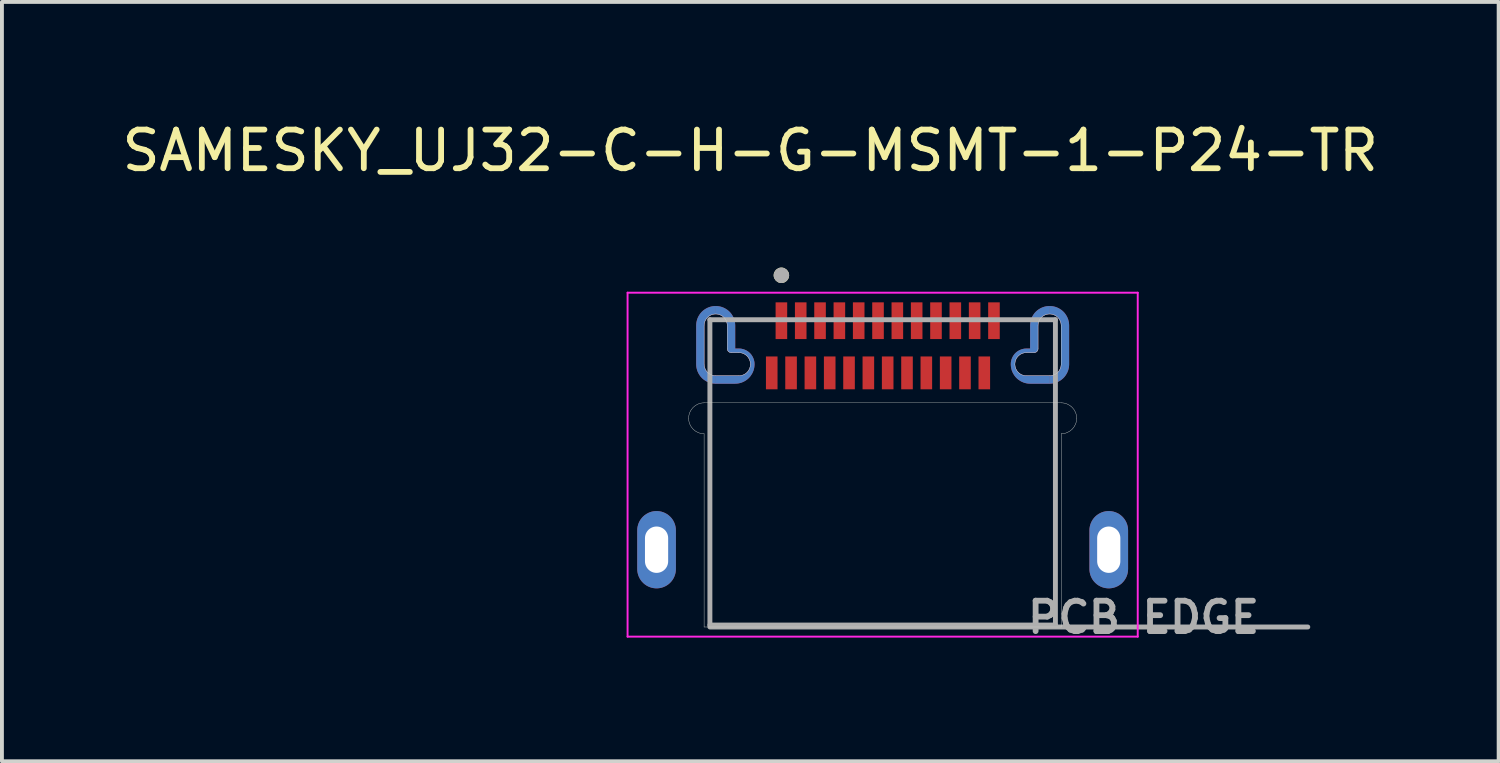
<source format=kicad_pcb>
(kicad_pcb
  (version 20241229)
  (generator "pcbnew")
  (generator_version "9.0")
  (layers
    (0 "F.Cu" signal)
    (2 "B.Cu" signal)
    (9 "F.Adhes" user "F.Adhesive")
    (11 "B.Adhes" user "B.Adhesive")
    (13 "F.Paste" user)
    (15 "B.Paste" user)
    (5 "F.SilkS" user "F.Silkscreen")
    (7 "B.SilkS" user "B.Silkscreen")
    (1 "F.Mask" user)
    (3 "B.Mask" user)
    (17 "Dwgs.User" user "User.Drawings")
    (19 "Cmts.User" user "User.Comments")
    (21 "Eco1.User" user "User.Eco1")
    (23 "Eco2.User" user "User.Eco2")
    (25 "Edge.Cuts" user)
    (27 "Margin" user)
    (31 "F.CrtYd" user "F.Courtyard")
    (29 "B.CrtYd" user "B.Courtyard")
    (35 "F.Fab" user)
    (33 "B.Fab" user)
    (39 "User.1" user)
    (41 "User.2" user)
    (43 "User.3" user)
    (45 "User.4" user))
  (footprint "SAMESKY_UJ32-C-H-G-MSMT-1-P24-TR"
    (layer "F.Cu")
    (at 19.788 9.198)
    (property "Reference" "SAMESKY_UJ32-C-H-G-MSMT-1-P24-TR" (at -3.425 -8.35 0) (layer "F.SilkS") (effects (font (size 1 1) (thickness 0.15))))
    (attr smd)
    (fp_poly (pts (xy -4.92 -3.825) (xy -4.92 -2.825) (xy -4.919 -2.794) (xy -4.917 -2.762) (xy -4.913 -2.731) (xy -4.907 -2.7) (xy -4.9 -2.67) (xy -4.891 -2.64) (xy -4.88 -2.61) (xy -4.868 -2.581) (xy -4.855 -2.553) (xy -4.84 -2.525) (xy -4.823 -2.498) (xy -4.805 -2.472) (xy -4.786 -2.447) (xy -4.766 -2.424) (xy -4.744 -2.401) (xy -4.721 -2.379) (xy -4.698 -2.359) (xy -4.673 -2.34) (xy -4.647 -2.322) (xy -4.62 -2.305) (xy -4.592 -2.29) (xy -4.564 -2.277) (xy -4.535 -2.265) (xy -4.505 -2.254) (xy -4.475 -2.245) (xy -4.445 -2.238) (xy -4.414 -2.232) (xy -4.383 -2.228) (xy -4.351 -2.226) (xy -4.32 -2.225) (xy -3.82 -2.225) (xy -3.789 -2.226) (xy -3.757 -2.228) (xy -3.726 -2.232) (xy -3.695 -2.238) (xy -3.665 -2.245) (xy -3.635 -2.254) (xy -3.605 -2.265) (xy -3.576 -2.277) (xy -3.548 -2.29) (xy -3.52 -2.305) (xy -3.493 -2.322) (xy -3.467 -2.34) (xy -3.442 -2.359) (xy -3.419 -2.379) (xy -3.396 -2.401) (xy -3.374 -2.424) (xy -3.354 -2.447) (xy -3.335 -2.472) (xy -3.317 -2.498) (xy -3.3 -2.525) (xy -3.285 -2.553) (xy -3.272 -2.581) (xy -3.26 -2.61) (xy -3.249 -2.64) (xy -3.24 -2.67) (xy -3.233 -2.7) (xy -3.227 -2.731) (xy -3.223 -2.762) (xy -3.221 -2.794) (xy -3.22 -2.825) (xy -3.221 -2.851) (xy -3.223 -2.877) (xy -3.226 -2.903) (xy -3.231 -2.929) (xy -3.237 -2.954) (xy -3.244 -2.98) (xy -3.253 -3.004) (xy -3.263 -3.028) (xy -3.274 -3.052) (xy -3.287 -3.075) (xy -3.301 -3.097) (xy -3.315 -3.119) (xy -3.331 -3.14) (xy -3.348 -3.16) (xy -3.366 -3.179) (xy -3.385 -3.197) (xy -3.405 -3.214) (xy -3.426 -3.23) (xy -3.448 -3.244) (xy -3.47 -3.258) (xy -3.493 -3.271) (xy -3.517 -3.282) (xy -3.541 -3.292) (xy -3.565 -3.301) (xy -3.591 -3.308) (xy -3.616 -3.314) (xy -3.642 -3.319) (xy -3.668 -3.322) (xy -3.694 -3.324) (xy -3.72 -3.325) (xy -3.72 -3.825) (xy -3.721 -3.856) (xy -3.723 -3.888) (xy -3.727 -3.919) (xy -3.733 -3.95) (xy -3.74 -3.98) (xy -3.749 -4.01) (xy -3.76 -4.04) (xy -3.772 -4.069) (xy -3.785 -4.097) (xy -3.8 -4.125) (xy -3.817 -4.152) (xy -3.835 -4.178) (xy -3.854 -4.203) (xy -3.874 -4.226) (xy -3.896 -4.249) (xy -3.919 -4.271) (xy -3.942 -4.291) (xy -3.967 -4.31) (xy -3.993 -4.328) (xy -4.02 -4.345) (xy -4.048 -4.36) (xy -4.076 -4.373) (xy -4.105 -4.385) (xy -4.135 -4.396) (xy -4.165 -4.405) (xy -4.195 -4.412) (xy -4.226 -4.418) (xy -4.257 -4.422) (xy -4.289 -4.424) (xy -4.32 -4.425) (xy -4.351 -4.424) (xy -4.383 -4.422) (xy -4.414 -4.418) (xy -4.445 -4.412) (xy -4.475 -4.405) (xy -4.505 -4.396) (xy -4.535 -4.385) (xy -4.564 -4.373) (xy -4.592 -4.36) (xy -4.62 -4.345) (xy -4.647 -4.328) (xy -4.673 -4.31) (xy -4.698 -4.291) (xy -4.721 -4.271) (xy -4.744 -4.249) (xy -4.766 -4.226) (xy -4.786 -4.203) (xy -4.805 -4.178) (xy -4.823 -4.152) (xy -4.84 -4.125) (xy -4.855 -4.097) (xy -4.868 -4.069) (xy -4.88 -4.04) (xy -4.891 -4.01) (xy -4.9 -3.98) (xy -4.907 -3.95) (xy -4.913 -3.919) (xy -4.917 -3.888) (xy -4.919 -3.856) (xy -4.92 -3.825)) (stroke (width 0.01) (type solid)) (fill yes) (layer "F.Mask"))
    (fp_poly (pts (xy 4.92 -3.825) (xy 4.92 -2.825) (xy 4.919 -2.794) (xy 4.917 -2.762) (xy 4.913 -2.731) (xy 4.907 -2.7) (xy 4.9 -2.67) (xy 4.891 -2.64) (xy 4.88 -2.61) (xy 4.868 -2.581) (xy 4.855 -2.553) (xy 4.84 -2.525) (xy 4.823 -2.498) (xy 4.805 -2.472) (xy 4.786 -2.447) (xy 4.766 -2.424) (xy 4.744 -2.401) (xy 4.721 -2.379) (xy 4.698 -2.359) (xy 4.673 -2.34) (xy 4.647 -2.322) (xy 4.62 -2.305) (xy 4.592 -2.29) (xy 4.564 -2.277) (xy 4.535 -2.265) (xy 4.505 -2.254) (xy 4.475 -2.245) (xy 4.445 -2.238) (xy 4.414 -2.232) (xy 4.383 -2.228) (xy 4.351 -2.226) (xy 4.32 -2.225) (xy 3.82 -2.225) (xy 3.789 -2.226) (xy 3.757 -2.228) (xy 3.726 -2.232) (xy 3.695 -2.238) (xy 3.665 -2.245) (xy 3.635 -2.254) (xy 3.605 -2.265) (xy 3.576 -2.277) (xy 3.548 -2.29) (xy 3.52 -2.305) (xy 3.493 -2.322) (xy 3.467 -2.34) (xy 3.442 -2.359) (xy 3.419 -2.379) (xy 3.396 -2.401) (xy 3.374 -2.424) (xy 3.354 -2.447) (xy 3.335 -2.472) (xy 3.317 -2.498) (xy 3.3 -2.525) (xy 3.285 -2.553) (xy 3.272 -2.581) (xy 3.26 -2.61) (xy 3.249 -2.64) (xy 3.24 -2.67) (xy 3.233 -2.7) (xy 3.227 -2.731) (xy 3.223 -2.762) (xy 3.221 -2.794) (xy 3.22 -2.825) (xy 3.221 -2.851) (xy 3.223 -2.877) (xy 3.226 -2.903) (xy 3.231 -2.929) (xy 3.237 -2.954) (xy 3.244 -2.98) (xy 3.253 -3.004) (xy 3.263 -3.028) (xy 3.274 -3.052) (xy 3.287 -3.075) (xy 3.301 -3.097) (xy 3.315 -3.119) (xy 3.331 -3.14) (xy 3.348 -3.16) (xy 3.366 -3.179) (xy 3.385 -3.197) (xy 3.405 -3.214) (xy 3.426 -3.23) (xy 3.448 -3.244) (xy 3.47 -3.258) (xy 3.493 -3.271) (xy 3.517 -3.282) (xy 3.541 -3.292) (xy 3.565 -3.301) (xy 3.591 -3.308) (xy 3.616 -3.314) (xy 3.642 -3.319) (xy 3.668 -3.322) (xy 3.694 -3.324) (xy 3.72 -3.325) (xy 3.72 -3.825) (xy 3.721 -3.856) (xy 3.723 -3.888) (xy 3.727 -3.919) (xy 3.733 -3.95) (xy 3.74 -3.98) (xy 3.749 -4.01) (xy 3.76 -4.04) (xy 3.772 -4.069) (xy 3.785 -4.097) (xy 3.8 -4.125) (xy 3.817 -4.152) (xy 3.835 -4.178) (xy 3.854 -4.203) (xy 3.874 -4.226) (xy 3.896 -4.249) (xy 3.919 -4.271) (xy 3.942 -4.291) (xy 3.967 -4.31) (xy 3.993 -4.328) (xy 4.02 -4.345) (xy 4.048 -4.36) (xy 4.076 -4.373) (xy 4.105 -4.385) (xy 4.135 -4.396) (xy 4.165 -4.405) (xy 4.195 -4.412) (xy 4.226 -4.418) (xy 4.257 -4.422) (xy 4.289 -4.424) (xy 4.32 -4.425) (xy 4.351 -4.424) (xy 4.383 -4.422) (xy 4.414 -4.418) (xy 4.445 -4.412) (xy 4.475 -4.405) (xy 4.505 -4.396) (xy 4.535 -4.385) (xy 4.564 -4.373) (xy 4.592 -4.36) (xy 4.62 -4.345) (xy 4.647 -4.328) (xy 4.673 -4.31) (xy 4.698 -4.291) (xy 4.721 -4.271) (xy 4.744 -4.249) (xy 4.766 -4.226) (xy 4.786 -4.203) (xy 4.805 -4.178) (xy 4.823 -4.152) (xy 4.84 -4.125) (xy 4.855 -4.097) (xy 4.868 -4.069) (xy 4.88 -4.04) (xy 4.891 -4.01) (xy 4.9 -3.98) (xy 4.907 -3.95) (xy 4.913 -3.919) (xy 4.917 -3.888) (xy 4.919 -3.856) (xy 4.92 -3.825)) (stroke (width 0.01) (type solid)) (fill yes) (layer "F.Mask"))
    (fp_poly (pts (xy -4.92 -3.825) (xy -4.92 -2.825) (xy -4.919 -2.794) (xy -4.917 -2.762) (xy -4.913 -2.731) (xy -4.907 -2.7) (xy -4.9 -2.67) (xy -4.891 -2.64) (xy -4.88 -2.61) (xy -4.868 -2.581) (xy -4.855 -2.553) (xy -4.84 -2.525) (xy -4.823 -2.498) (xy -4.805 -2.472) (xy -4.786 -2.447) (xy -4.766 -2.424) (xy -4.744 -2.401) (xy -4.721 -2.379) (xy -4.698 -2.359) (xy -4.673 -2.34) (xy -4.647 -2.322) (xy -4.62 -2.305) (xy -4.592 -2.29) (xy -4.564 -2.277) (xy -4.535 -2.265) (xy -4.505 -2.254) (xy -4.475 -2.245) (xy -4.445 -2.238) (xy -4.414 -2.232) (xy -4.383 -2.228) (xy -4.351 -2.226) (xy -4.32 -2.225) (xy -3.82 -2.225) (xy -3.789 -2.226) (xy -3.757 -2.228) (xy -3.726 -2.232) (xy -3.695 -2.238) (xy -3.665 -2.245) (xy -3.635 -2.254) (xy -3.605 -2.265) (xy -3.576 -2.277) (xy -3.548 -2.29) (xy -3.52 -2.305) (xy -3.493 -2.322) (xy -3.467 -2.34) (xy -3.442 -2.359) (xy -3.419 -2.379) (xy -3.396 -2.401) (xy -3.374 -2.424) (xy -3.354 -2.447) (xy -3.335 -2.472) (xy -3.317 -2.498) (xy -3.3 -2.525) (xy -3.285 -2.553) (xy -3.272 -2.581) (xy -3.26 -2.61) (xy -3.249 -2.64) (xy -3.24 -2.67) (xy -3.233 -2.7) (xy -3.227 -2.731) (xy -3.223 -2.762) (xy -3.221 -2.794) (xy -3.22 -2.825) (xy -3.221 -2.851) (xy -3.223 -2.877) (xy -3.226 -2.903) (xy -3.231 -2.929) (xy -3.237 -2.954) (xy -3.244 -2.98) (xy -3.253 -3.004) (xy -3.263 -3.028) (xy -3.274 -3.052) (xy -3.287 -3.075) (xy -3.301 -3.097) (xy -3.315 -3.119) (xy -3.331 -3.14) (xy -3.348 -3.16) (xy -3.366 -3.179) (xy -3.385 -3.197) (xy -3.405 -3.214) (xy -3.426 -3.23) (xy -3.448 -3.244) (xy -3.47 -3.258) (xy -3.493 -3.271) (xy -3.517 -3.282) (xy -3.541 -3.292) (xy -3.565 -3.301) (xy -3.591 -3.308) (xy -3.616 -3.314) (xy -3.642 -3.319) (xy -3.668 -3.322) (xy -3.694 -3.324) (xy -3.72 -3.325) (xy -3.72 -3.825) (xy -3.721 -3.856) (xy -3.723 -3.888) (xy -3.727 -3.919) (xy -3.733 -3.95) (xy -3.74 -3.98) (xy -3.749 -4.01) (xy -3.76 -4.04) (xy -3.772 -4.069) (xy -3.785 -4.097) (xy -3.8 -4.125) (xy -3.817 -4.152) (xy -3.835 -4.178) (xy -3.854 -4.203) (xy -3.874 -4.226) (xy -3.896 -4.249) (xy -3.919 -4.271) (xy -3.942 -4.291) (xy -3.967 -4.31) (xy -3.993 -4.328) (xy -4.02 -4.345) (xy -4.048 -4.36) (xy -4.076 -4.373) (xy -4.105 -4.385) (xy -4.135 -4.396) (xy -4.165 -4.405) (xy -4.195 -4.412) (xy -4.226 -4.418) (xy -4.257 -4.422) (xy -4.289 -4.424) (xy -4.32 -4.425) (xy -4.351 -4.424) (xy -4.383 -4.422) (xy -4.414 -4.418) (xy -4.445 -4.412) (xy -4.475 -4.405) (xy -4.505 -4.396) (xy -4.535 -4.385) (xy -4.564 -4.373) (xy -4.592 -4.36) (xy -4.62 -4.345) (xy -4.647 -4.328) (xy -4.673 -4.31) (xy -4.698 -4.291) (xy -4.721 -4.271) (xy -4.744 -4.249) (xy -4.766 -4.226) (xy -4.786 -4.203) (xy -4.805 -4.178) (xy -4.823 -4.152) (xy -4.84 -4.125) (xy -4.855 -4.097) (xy -4.868 -4.069) (xy -4.88 -4.04) (xy -4.891 -4.01) (xy -4.9 -3.98) (xy -4.907 -3.95) (xy -4.913 -3.919) (xy -4.917 -3.888) (xy -4.919 -3.856) (xy -4.92 -3.825)) (stroke (width 0.01) (type solid)) (fill yes) (layer "B.Mask"))
    (fp_poly (pts (xy 4.92 -3.825) (xy 4.92 -2.825) (xy 4.919 -2.794) (xy 4.917 -2.762) (xy 4.913 -2.731) (xy 4.907 -2.7) (xy 4.9 -2.67) (xy 4.891 -2.64) (xy 4.88 -2.61) (xy 4.868 -2.581) (xy 4.855 -2.553) (xy 4.84 -2.525) (xy 4.823 -2.498) (xy 4.805 -2.472) (xy 4.786 -2.447) (xy 4.766 -2.424) (xy 4.744 -2.401) (xy 4.721 -2.379) (xy 4.698 -2.359) (xy 4.673 -2.34) (xy 4.647 -2.322) (xy 4.62 -2.305) (xy 4.592 -2.29) (xy 4.564 -2.277) (xy 4.535 -2.265) (xy 4.505 -2.254) (xy 4.475 -2.245) (xy 4.445 -2.238) (xy 4.414 -2.232) (xy 4.383 -2.228) (xy 4.351 -2.226) (xy 4.32 -2.225) (xy 3.82 -2.225) (xy 3.789 -2.226) (xy 3.757 -2.228) (xy 3.726 -2.232) (xy 3.695 -2.238) (xy 3.665 -2.245) (xy 3.635 -2.254) (xy 3.605 -2.265) (xy 3.576 -2.277) (xy 3.548 -2.29) (xy 3.52 -2.305) (xy 3.493 -2.322) (xy 3.467 -2.34) (xy 3.442 -2.359) (xy 3.419 -2.379) (xy 3.396 -2.401) (xy 3.374 -2.424) (xy 3.354 -2.447) (xy 3.335 -2.472) (xy 3.317 -2.498) (xy 3.3 -2.525) (xy 3.285 -2.553) (xy 3.272 -2.581) (xy 3.26 -2.61) (xy 3.249 -2.64) (xy 3.24 -2.67) (xy 3.233 -2.7) (xy 3.227 -2.731) (xy 3.223 -2.762) (xy 3.221 -2.794) (xy 3.22 -2.825) (xy 3.221 -2.851) (xy 3.223 -2.877) (xy 3.226 -2.903) (xy 3.231 -2.929) (xy 3.237 -2.954) (xy 3.244 -2.98) (xy 3.253 -3.004) (xy 3.263 -3.028) (xy 3.274 -3.052) (xy 3.287 -3.075) (xy 3.301 -3.097) (xy 3.315 -3.119) (xy 3.331 -3.14) (xy 3.348 -3.16) (xy 3.366 -3.179) (xy 3.385 -3.197) (xy 3.405 -3.214) (xy 3.426 -3.23) (xy 3.448 -3.244) (xy 3.47 -3.258) (xy 3.493 -3.271) (xy 3.517 -3.282) (xy 3.541 -3.292) (xy 3.565 -3.301) (xy 3.591 -3.308) (xy 3.616 -3.314) (xy 3.642 -3.319) (xy 3.668 -3.322) (xy 3.694 -3.324) (xy 3.72 -3.325) (xy 3.72 -3.825) (xy 3.721 -3.856) (xy 3.723 -3.888) (xy 3.727 -3.919) (xy 3.733 -3.95) (xy 3.74 -3.98) (xy 3.749 -4.01) (xy 3.76 -4.04) (xy 3.772 -4.069) (xy 3.785 -4.097) (xy 3.8 -4.125) (xy 3.817 -4.152) (xy 3.835 -4.178) (xy 3.854 -4.203) (xy 3.874 -4.226) (xy 3.896 -4.249) (xy 3.919 -4.271) (xy 3.942 -4.291) (xy 3.967 -4.31) (xy 3.993 -4.328) (xy 4.02 -4.345) (xy 4.048 -4.36) (xy 4.076 -4.373) (xy 4.105 -4.385) (xy 4.135 -4.396) (xy 4.165 -4.405) (xy 4.195 -4.412) (xy 4.226 -4.418) (xy 4.257 -4.422) (xy 4.289 -4.424) (xy 4.32 -4.425) (xy 4.351 -4.424) (xy 4.383 -4.422) (xy 4.414 -4.418) (xy 4.445 -4.412) (xy 4.475 -4.405) (xy 4.505 -4.396) (xy 4.535 -4.385) (xy 4.564 -4.373) (xy 4.592 -4.36) (xy 4.62 -4.345) (xy 4.647 -4.328) (xy 4.673 -4.31) (xy 4.698 -4.291) (xy 4.721 -4.271) (xy 4.744 -4.249) (xy 4.766 -4.226) (xy 4.786 -4.203) (xy 4.805 -4.178) (xy 4.823 -4.152) (xy 4.84 -4.125) (xy 4.855 -4.097) (xy 4.868 -4.069) (xy 4.88 -4.04) (xy 4.891 -4.01) (xy 4.9 -3.98) (xy 4.907 -3.95) (xy 4.913 -3.919) (xy 4.917 -3.888) (xy 4.919 -3.856) (xy 4.92 -3.825)) (stroke (width 0.01) (type solid)) (fill yes) (layer "B.Mask"))
    (fp_circle (center -2.62 -5.125) (end -2.52 -5.125) (stroke (width 0.2) (type solid)) (fill no) (layer "F.SilkS"))
    (fp_line (start -4.62 -3.825) (end -4.62 -2.825) (stroke (width 0.01) (type solid)) (layer "Edge.Cuts"))
    (fp_line (start -4.62 -1.825) (end 4.62 -1.825) (stroke (width 0.01) (type solid)) (layer "Edge.Cuts"))
    (fp_line (start -4.62 3.975) (end -4.62 -1.025) (stroke (width 0.01) (type solid)) (layer "Edge.Cuts"))
    (fp_line (start -4.32 -2.525) (end -3.72 -2.525) (stroke (width 0.01) (type solid)) (layer "Edge.Cuts"))
    (fp_line (start -4.02 -3.225) (end -4.02 -3.825) (stroke (width 0.01) (type solid)) (layer "Edge.Cuts"))
    (fp_line (start -3.72 -3.125) (end -3.92 -3.125) (stroke (width 0.01) (type solid)) (layer "Edge.Cuts"))
    (fp_line (start 3.72 -3.125) (end 3.92 -3.125) (stroke (width 0.01) (type solid)) (layer "Edge.Cuts"))
    (fp_line (start 4.02 -3.225) (end 4.02 -3.825) (stroke (width 0.01) (type solid)) (layer "Edge.Cuts"))
    (fp_line (start 4.32 -2.525) (end 3.72 -2.525) (stroke (width 0.01) (type solid)) (layer "Edge.Cuts"))
    (fp_line (start 4.62 -3.825) (end 4.62 -2.825) (stroke (width 0.01) (type solid)) (layer "Edge.Cuts"))
    (fp_line (start 4.62 -1.025) (end 4.62 3.975) (stroke (width 0.01) (type solid)) (layer "Edge.Cuts"))
    (fp_line (start 4.62 3.975) (end -4.62 3.975) (stroke (width 0.01) (type solid)) (layer "Edge.Cuts"))
    (fp_arc (start -5.02 -1.425) (mid -4.902843 -1.707843) (end -4.62 -1.825) (stroke (width 0.01) (type solid)) (layer "Edge.Cuts"))
    (fp_arc (start -4.62 -3.825) (mid -4.532132 -4.037132) (end -4.32 -4.125) (stroke (width 0.01) (type solid)) (layer "Edge.Cuts"))
    (fp_arc (start -4.62 -1.025) (mid -4.902843 -1.142157) (end -5.02 -1.425) (stroke (width 0.01) (type solid)) (layer "Edge.Cuts"))
    (fp_arc (start -4.32 -4.125) (mid -4.107868 -4.037132) (end -4.02 -3.825) (stroke (width 0.01) (type solid)) (layer "Edge.Cuts"))
    (fp_arc (start -4.32 -2.525) (mid -4.532132 -2.612868) (end -4.62 -2.825) (stroke (width 0.01) (type solid)) (layer "Edge.Cuts"))
    (fp_arc (start -3.92 -3.125) (mid -3.990711 -3.154289) (end -4.02 -3.225) (stroke (width 0.01) (type solid)) (layer "Edge.Cuts"))
    (fp_arc (start -3.72 -3.125) (mid -3.507868 -3.037132) (end -3.42 -2.825) (stroke (width 0.01) (type solid)) (layer "Edge.Cuts"))
    (fp_arc (start -3.42 -2.825) (mid -3.507868 -2.612868) (end -3.72 -2.525) (stroke (width 0.01) (type solid)) (layer "Edge.Cuts"))
    (fp_arc (start 3.42 -2.825) (mid 3.507868 -3.037132) (end 3.72 -3.125) (stroke (width 0.01) (type solid)) (layer "Edge.Cuts"))
    (fp_arc (start 3.72 -2.525) (mid 3.507868 -2.612868) (end 3.42 -2.825) (stroke (width 0.01) (type solid)) (layer "Edge.Cuts"))
    (fp_arc (start 4.02 -3.825) (mid 4.107868 -4.037132) (end 4.32 -4.125) (stroke (width 0.01) (type solid)) (layer "Edge.Cuts"))
    (fp_arc (start 4.02 -3.225) (mid 3.990711 -3.154289) (end 3.92 -3.125) (stroke (width 0.01) (type solid)) (layer "Edge.Cuts"))
    (fp_arc (start 4.32 -4.125) (mid 4.532132 -4.037132) (end 4.62 -3.825) (stroke (width 0.01) (type solid)) (layer "Edge.Cuts"))
    (fp_arc (start 4.62 -2.825) (mid 4.532132 -2.612868) (end 4.32 -2.525) (stroke (width 0.01) (type solid)) (layer "Edge.Cuts"))
    (fp_arc (start 4.62 -1.825) (mid 4.902843 -1.707843) (end 5.02 -1.425) (stroke (width 0.01) (type solid)) (layer "Edge.Cuts"))
    (fp_arc (start 5.02 -1.425) (mid 4.902843 -1.142157) (end 4.62 -1.025) (stroke (width 0.01) (type solid)) (layer "Edge.Cuts"))
    (fp_line (start -6.6 -4.675) (end -6.6 4.225) (stroke (width 0.05) (type solid)) (layer "F.CrtYd"))
    (fp_line (start -6.6 4.225) (end 6.6 4.225) (stroke (width 0.05) (type solid)) (layer "F.CrtYd"))
    (fp_line (start 6.6 -4.675) (end -6.6 -4.675) (stroke (width 0.05) (type solid)) (layer "F.CrtYd"))
    (fp_line (start 6.6 4.225) (end 6.6 -4.675) (stroke (width 0.05) (type solid)) (layer "F.CrtYd"))
    (fp_line (start -4.47 -3.975) (end -4.47 3.925) (stroke (width 0.127) (type solid)) (layer "F.Fab"))
    (fp_line (start -4.47 3.975) (end 11 3.975) (stroke (width 0.127) (type solid)) (layer "F.Fab"))
    (fp_line (start 4.47 -3.975) (end -4.47 -3.975) (stroke (width 0.127) (type solid)) (layer "F.Fab"))
    (fp_line (start 4.47 3.925) (end -4.47 3.925) (stroke (width 0.127) (type solid)) (layer "F.Fab"))
    (fp_line (start 4.47 3.925) (end 4.47 -3.975) (stroke (width 0.127) (type solid)) (layer "F.Fab"))
    (fp_circle (center -2.62 -5.125) (end -2.52 -5.125) (stroke (width 0.2) (type solid)) (fill no) (layer "F.Fab"))
    (fp_text user "PCB EDGE" (at 6.75 3.725 0) (layer "F.Fab") (effects (font (size 0.787 0.787) (thickness 0.15))))
    (pad "A1" smd rect (at -2.62 -3.95) (size 0.3 0.95) (layers "F.Cu" "F.Mask" "F.Paste"))
    (pad "A2" smd rect (at -2.12 -3.95) (size 0.3 0.95) (layers "F.Cu" "F.Mask" "F.Paste"))
    (pad "A3" smd rect (at -1.62 -3.95) (size 0.3 0.95) (layers "F.Cu" "F.Mask" "F.Paste"))
    (pad "A4" smd rect (at -1.12 -3.95) (size 0.3 0.95) (layers "F.Cu" "F.Mask" "F.Paste"))
    (pad "A5" smd rect (at -0.62 -3.95) (size 0.3 0.95) (layers "F.Cu" "F.Mask" "F.Paste"))
    (pad "A6" smd rect (at -0.12 -3.95) (size 0.3 0.95) (layers "F.Cu" "F.Mask" "F.Paste"))
    (pad "A7" smd rect (at 0.38 -3.95) (size 0.3 0.95) (layers "F.Cu" "F.Mask" "F.Paste"))
    (pad "A8" smd rect (at 0.88 -3.95) (size 0.3 0.95) (layers "F.Cu" "F.Mask" "F.Paste"))
    (pad "A9" smd rect (at 1.38 -3.95) (size 0.3 0.95) (layers "F.Cu" "F.Mask" "F.Paste"))
    (pad "A10" smd rect (at 1.88 -3.95) (size 0.3 0.95) (layers "F.Cu" "F.Mask" "F.Paste"))
    (pad "A11" smd rect (at 2.38 -3.95) (size 0.3 0.95) (layers "F.Cu" "F.Mask" "F.Paste"))
    (pad "A12" smd rect (at 2.88 -3.95) (size 0.3 0.95) (layers "F.Cu" "F.Mask" "F.Paste"))
    (pad "B1" smd rect (at 2.63 -2.6) (size 0.3 0.85) (layers "F.Cu" "F.Mask" "F.Paste"))
    (pad "B2" smd rect (at 2.13 -2.6) (size 0.3 0.85) (layers "F.Cu" "F.Mask" "F.Paste"))
    (pad "B3" smd rect (at 1.63 -2.6) (size 0.3 0.85) (layers "F.Cu" "F.Mask" "F.Paste"))
    (pad "B4" smd rect (at 1.13 -2.6) (size 0.3 0.85) (layers "F.Cu" "F.Mask" "F.Paste"))
    (pad "B5" smd rect (at 0.63 -2.6) (size 0.3 0.85) (layers "F.Cu" "F.Mask" "F.Paste"))
    (pad "B6" smd rect (at 0.13 -2.6) (size 0.3 0.85) (layers "F.Cu" "F.Mask" "F.Paste"))
    (pad "B7" smd rect (at -0.37 -2.6) (size 0.3 0.85) (layers "F.Cu" "F.Mask" "F.Paste"))
    (pad "B8" smd rect (at -0.87 -2.6) (size 0.3 0.85) (layers "F.Cu" "F.Mask" "F.Paste"))
    (pad "B9" smd rect (at -1.37 -2.6) (size 0.3 0.85) (layers "F.Cu" "F.Mask" "F.Paste"))
    (pad "B10" smd rect (at -1.87 -2.6) (size 0.3 0.85) (layers "F.Cu" "F.Mask" "F.Paste"))
    (pad "B11" smd rect (at -2.37 -2.6) (size 0.3 0.85) (layers "F.Cu" "F.Mask" "F.Paste"))
    (pad "B12" smd rect (at -2.87 -2.6) (size 0.3 0.85) (layers "F.Cu" "F.Mask" "F.Paste"))
    (pad "SH1_1" smd custom (at -4.72 -3.405) (size 0.1 0.1) (layers "F.Cu") (options (anchor rect)) (primitives (gr_poly (pts (xy -0.1 -0.42) (xy -0.1 0.58) (xy -0.099 0.606) (xy -0.097 0.632) (xy -0.094 0.658) (xy -0.089 0.684) (xy -0.083 0.709) (xy -0.076 0.735) (xy -0.067 0.759) (xy -0.057 0.783) (xy -0.046 0.807) (xy -0.033 0.83) (xy -0.019 0.852) (xy -0.005 0.874) (xy 0.011 0.895) (xy 0.028 0.915) (xy 0.046 0.934) (xy 0.065 0.952) (xy 0.085 0.969) (xy 0.106 0.985) (xy 0.128 0.999) (xy 0.15 1.013) (xy 0.173 1.026) (xy 0.197 1.037) (xy 0.221 1.047) (xy 0.245 1.056) (xy 0.271 1.063) (xy 0.296 1.069) (xy 0.322 1.074) (xy 0.348 1.077) (xy 0.374 1.079) (xy 0.4 1.08) (xy 0.4 0.88) (xy 0.384 0.88) (xy 0.369 0.878) (xy 0.353 0.876) (xy 0.338 0.873) (xy 0.322 0.87) (xy 0.307 0.865) (xy 0.292 0.86) (xy 0.278 0.854) (xy 0.264 0.847) (xy 0.25 0.84) (xy 0.237 0.832) (xy 0.224 0.823) (xy 0.211 0.813) (xy 0.199 0.803) (xy 0.188 0.792) (xy 0.177 0.781) (xy 0.167 0.769) (xy 0.157 0.756) (xy 0.148 0.743) (xy 0.14 0.73) (xy 0.133 0.716) (xy 0.126 0.702) (xy 0.12 0.688) (xy 0.115 0.673) (xy 0.11 0.658) (xy 0.107 0.642) (xy 0.104 0.627) (xy 0.102 0.611) (xy 0.1 0.596) (xy 0.1 0.58) (xy 0.1 -0.42) (xy 0.1 -0.436) (xy 0.102 -0.451) (xy 0.104 -0.467) (xy 0.107 -0.482) (xy 0.11 -0.498) (xy 0.115 -0.513) (xy 0.12 -0.528) (xy 0.126 -0.542) (xy 0.133 -0.556) (xy 0.14 -0.57) (xy 0.148 -0.583) (xy 0.157 -0.596) (xy 0.167 -0.609) (xy 0.177 -0.621) (xy 0.188 -0.632) (xy 0.199 -0.643) (xy 0.211 -0.653) (xy 0.224 -0.663) (xy 0.237 -0.672) (xy 0.25 -0.68) (xy 0.264 -0.687) (xy 0.278 -0.694) (xy 0.292 -0.7) (xy 0.307 -0.705) (xy 0.322 -0.71) (xy 0.338 -0.713) (xy 0.353 -0.716) (xy 0.369 -0.718) (xy 0.384 -0.72) (xy 0.4 -0.72) (xy 0.4 -0.92) (xy 0.374 -0.919) (xy 0.348 -0.917) (xy 0.322 -0.914) (xy 0.296 -0.909) (xy 0.271 -0.903) (xy 0.245 -0.896) (xy 0.221 -0.887) (xy 0.197 -0.877) (xy 0.173 -0.866) (xy 0.15 -0.853) (xy 0.128 -0.839) (xy 0.106 -0.825) (xy 0.085 -0.809) (xy 0.065 -0.792) (xy 0.046 -0.774) (xy 0.028 -0.755) (xy 0.011 -0.735) (xy -0.005 -0.714) (xy -0.019 -0.692) (xy -0.033 -0.67) (xy -0.046 -0.647) (xy -0.057 -0.623) (xy -0.067 -0.599) (xy -0.076 -0.575) (xy -0.083 -0.549) (xy -0.089 -0.524) (xy -0.094 -0.498) (xy -0.097 -0.472) (xy -0.099 -0.446) (xy -0.1 -0.42)) (width 0.01) (fill yes))))
    (pad "SH1_2" smd custom (at -3.92 -3.405) (size 0.1 0.1) (layers "F.Cu") (options (anchor rect)) (primitives (gr_poly (pts (xy -0.4 -0.92) (xy -0.4 -0.72) (xy -0.384 -0.72) (xy -0.369 -0.718) (xy -0.353 -0.716) (xy -0.338 -0.713) (xy -0.322 -0.71) (xy -0.307 -0.705) (xy -0.292 -0.7) (xy -0.278 -0.694) (xy -0.264 -0.687) (xy -0.25 -0.68) (xy -0.237 -0.672) (xy -0.224 -0.663) (xy -0.211 -0.653) (xy -0.199 -0.643) (xy -0.188 -0.632) (xy -0.177 -0.621) (xy -0.167 -0.609) (xy -0.157 -0.596) (xy -0.148 -0.583) (xy -0.14 -0.57) (xy -0.133 -0.556) (xy -0.126 -0.542) (xy -0.12 -0.528) (xy -0.115 -0.513) (xy -0.11 -0.498) (xy -0.107 -0.482) (xy -0.104 -0.467) (xy -0.102 -0.451) (xy -0.1 -0.436) (xy -0.1 -0.42) (xy -0.1 0.18) (xy -0.1 0.185) (xy -0.099 0.19) (xy -0.099 0.196) (xy -0.098 0.201) (xy -0.097 0.206) (xy -0.095 0.211) (xy -0.093 0.216) (xy -0.091 0.221) (xy -0.089 0.225) (xy -0.087 0.23) (xy -0.084 0.234) (xy -0.081 0.239) (xy -0.078 0.243) (xy -0.074 0.247) (xy -0.071 0.251) (xy -0.067 0.254) (xy -0.063 0.258) (xy -0.059 0.261) (xy -0.054 0.264) (xy -0.05 0.267) (xy -0.045 0.269) (xy -0.041 0.271) (xy -0.036 0.273) (xy -0.031 0.275) (xy -0.026 0.277) (xy -0.021 0.278) (xy -0.016 0.279) (xy -0.01 0.279) (xy -0.005 0.28) (xy 0 0.28) (xy 0.2 0.28) (xy 0.216 0.28) (xy 0.231 0.282) (xy 0.247 0.284) (xy 0.262 0.287) (xy 0.278 0.29) (xy 0.293 0.295) (xy 0.308 0.3) (xy 0.322 0.306) (xy 0.336 0.313) (xy 0.35 0.32) (xy 0.363 0.328) (xy 0.376 0.337) (xy 0.389 0.347) (xy 0.401 0.357) (xy 0.412 0.368) (xy 0.423 0.379) (xy 0.433 0.391) (xy 0.443 0.404) (xy 0.452 0.417) (xy 0.46 0.43) (xy 0.467 0.444) (xy 0.474 0.458) (xy 0.48 0.472) (xy 0.485 0.487) (xy 0.49 0.502) (xy 0.493 0.518) (xy 0.496 0.533) (xy 0.498 0.549) (xy 0.5 0.564) (xy 0.5 0.58) (xy 0.5 0.596) (xy 0.498 0.611) (xy 0.496 0.627) (xy 0.493 0.642) (xy 0.49 0.658) (xy 0.485 0.673) (xy 0.48 0.688) (xy 0.474 0.702) (xy 0.467 0.716) (xy 0.46 0.73) (xy 0.452 0.743) (xy 0.443 0.756) (xy 0.433 0.769) (xy 0.423 0.781) (xy 0.412 0.792) (xy 0.401 0.803) (xy 0.389 0.813) (xy 0.376 0.823) (xy 0.363 0.832) (xy 0.35 0.84) (xy 0.336 0.847) (xy 0.322 0.854) (xy 0.308 0.86) (xy 0.293 0.865) (xy 0.278 0.87) (xy 0.262 0.873) (xy 0.247 0.876) (xy 0.231 0.878) (xy 0.216 0.88) (xy 0.2 0.88) (xy -0.4 0.88) (xy -0.4 1.08) (xy 0.1 1.08) (xy 0.126 1.079) (xy 0.152 1.077) (xy 0.178 1.074) (xy 0.204 1.069) (xy 0.229 1.063) (xy 0.255 1.056) (xy 0.279 1.047) (xy 0.303 1.037) (xy 0.327 1.026) (xy 0.35 1.013) (xy 0.372 0.999) (xy 0.394 0.985) (xy 0.415 0.969) (xy 0.435 0.952) (xy 0.454 0.934) (xy 0.472 0.915) (xy 0.489 0.895) (xy 0.505 0.874) (xy 0.519 0.852) (xy 0.533 0.83) (xy 0.546 0.807) (xy 0.557 0.783) (xy 0.567 0.759) (xy 0.576 0.735) (xy 0.583 0.709) (xy 0.589 0.684) (xy 0.594 0.658) (xy 0.597 0.632) (xy 0.599 0.606) (xy 0.6 0.58) (xy 0.599 0.559) (xy 0.598 0.538) (xy 0.595 0.517) (xy 0.591 0.497) (xy 0.586 0.476) (xy 0.58 0.456) (xy 0.573 0.437) (xy 0.565 0.417) (xy 0.556 0.398) (xy 0.546 0.38) (xy 0.535 0.362) (xy 0.524 0.345) (xy 0.511 0.328) (xy 0.497 0.312) (xy 0.483 0.297) (xy 0.468 0.283) (xy 0.452 0.269) (xy 0.435 0.256) (xy 0.418 0.245) (xy 0.4 0.234) (xy 0.382 0.224) (xy 0.363 0.215) (xy 0.343 0.207) (xy 0.324 0.2) (xy 0.304 0.194) (xy 0.283 0.189) (xy 0.263 0.185) (xy 0.242 0.182) (xy 0.221 0.181) (xy 0.2 0.18) (xy 0.1 0.18) (xy 0.1 -0.42) (xy 0.099 -0.446) (xy 0.097 -0.472) (xy 0.094 -0.498) (xy 0.089 -0.524) (xy 0.083 -0.549) (xy 0.076 -0.575) (xy 0.067 -0.599) (xy 0.057 -0.623) (xy 0.046 -0.647) (xy 0.033 -0.67) (xy 0.019 -0.692) (xy 0.005 -0.714) (xy -0.011 -0.735) (xy -0.028 -0.755) (xy -0.046 -0.774) (xy -0.065 -0.792) (xy -0.085 -0.809) (xy -0.106 -0.825) (xy -0.128 -0.839) (xy -0.15 -0.853) (xy -0.173 -0.866) (xy -0.197 -0.877) (xy -0.221 -0.887) (xy -0.245 -0.896) (xy -0.271 -0.903) (xy -0.296 -0.909) (xy -0.322 -0.914) (xy -0.348 -0.917) (xy -0.374 -0.919) (xy -0.4 -0.92)) (width 0.01) (fill yes))))
    (pad "SH1_3" smd custom (at -4.7 -3.425) (size 0.1 0.1) (layers "B.Cu") (options (anchor rect)) (primitives (gr_poly (pts (xy -0.12 -0.4) (xy -0.12 0.6) (xy -0.119 0.626) (xy -0.117 0.652) (xy -0.114 0.678) (xy -0.109 0.704) (xy -0.103 0.729) (xy -0.096 0.755) (xy -0.087 0.779) (xy -0.077 0.803) (xy -0.066 0.827) (xy -0.053 0.85) (xy -0.039 0.872) (xy -0.025 0.894) (xy -0.009 0.915) (xy 0.008 0.935) (xy 0.026 0.954) (xy 0.045 0.972) (xy 0.065 0.989) (xy 0.086 1.005) (xy 0.108 1.019) (xy 0.13 1.033) (xy 0.153 1.046) (xy 0.177 1.057) (xy 0.201 1.067) (xy 0.225 1.076) (xy 0.251 1.083) (xy 0.276 1.089) (xy 0.302 1.094) (xy 0.328 1.097) (xy 0.354 1.099) (xy 0.38 1.1) (xy 0.38 0.9) (xy 0.364 0.9) (xy 0.349 0.898) (xy 0.333 0.896) (xy 0.318 0.893) (xy 0.302 0.89) (xy 0.287 0.885) (xy 0.272 0.88) (xy 0.258 0.874) (xy 0.244 0.867) (xy 0.23 0.86) (xy 0.217 0.852) (xy 0.204 0.843) (xy 0.191 0.833) (xy 0.179 0.823) (xy 0.168 0.812) (xy 0.157 0.801) (xy 0.147 0.789) (xy 0.137 0.776) (xy 0.128 0.763) (xy 0.12 0.75) (xy 0.113 0.736) (xy 0.106 0.722) (xy 0.1 0.708) (xy 0.095 0.693) (xy 0.09 0.678) (xy 0.087 0.662) (xy 0.084 0.647) (xy 0.082 0.631) (xy 0.08 0.616) (xy 0.08 0.6) (xy 0.08 -0.4) (xy 0.08 -0.416) (xy 0.082 -0.431) (xy 0.084 -0.447) (xy 0.087 -0.462) (xy 0.09 -0.478) (xy 0.095 -0.493) (xy 0.1 -0.508) (xy 0.106 -0.522) (xy 0.113 -0.536) (xy 0.12 -0.55) (xy 0.128 -0.563) (xy 0.137 -0.576) (xy 0.147 -0.589) (xy 0.157 -0.601) (xy 0.168 -0.612) (xy 0.179 -0.623) (xy 0.191 -0.633) (xy 0.204 -0.643) (xy 0.217 -0.652) (xy 0.23 -0.66) (xy 0.244 -0.667) (xy 0.258 -0.674) (xy 0.272 -0.68) (xy 0.287 -0.685) (xy 0.302 -0.69) (xy 0.318 -0.693) (xy 0.333 -0.696) (xy 0.349 -0.698) (xy 0.364 -0.7) (xy 0.38 -0.7) (xy 0.38 -0.9) (xy 0.354 -0.899) (xy 0.328 -0.897) (xy 0.302 -0.894) (xy 0.276 -0.889) (xy 0.251 -0.883) (xy 0.225 -0.876) (xy 0.201 -0.867) (xy 0.177 -0.857) (xy 0.153 -0.846) (xy 0.13 -0.833) (xy 0.108 -0.819) (xy 0.086 -0.805) (xy 0.065 -0.789) (xy 0.045 -0.772) (xy 0.026 -0.754) (xy 0.008 -0.735) (xy -0.009 -0.715) (xy -0.025 -0.694) (xy -0.039 -0.672) (xy -0.053 -0.65) (xy -0.066 -0.627) (xy -0.077 -0.603) (xy -0.087 -0.579) (xy -0.096 -0.555) (xy -0.103 -0.529) (xy -0.109 -0.504) (xy -0.114 -0.478) (xy -0.117 -0.452) (xy -0.119 -0.426) (xy -0.12 -0.4)) (width 0.01) (fill yes))))
    (pad "SH1_4" smd custom (at -3.9 -3.425) (size 0.1 0.1) (layers "B.Cu") (options (anchor rect)) (primitives (gr_poly (pts (xy -0.42 -0.9) (xy -0.42 -0.7) (xy -0.404 -0.7) (xy -0.389 -0.698) (xy -0.373 -0.696) (xy -0.358 -0.693) (xy -0.342 -0.69) (xy -0.327 -0.685) (xy -0.312 -0.68) (xy -0.298 -0.674) (xy -0.284 -0.667) (xy -0.27 -0.66) (xy -0.257 -0.652) (xy -0.244 -0.643) (xy -0.231 -0.633) (xy -0.219 -0.623) (xy -0.208 -0.612) (xy -0.197 -0.601) (xy -0.187 -0.589) (xy -0.177 -0.576) (xy -0.168 -0.563) (xy -0.16 -0.55) (xy -0.153 -0.536) (xy -0.146 -0.522) (xy -0.14 -0.508) (xy -0.135 -0.493) (xy -0.13 -0.478) (xy -0.127 -0.462) (xy -0.124 -0.447) (xy -0.122 -0.431) (xy -0.12 -0.416) (xy -0.12 -0.4) (xy -0.12 0.2) (xy -0.12 0.205) (xy -0.119 0.21) (xy -0.119 0.216) (xy -0.118 0.221) (xy -0.117 0.226) (xy -0.115 0.231) (xy -0.113 0.236) (xy -0.111 0.241) (xy -0.109 0.245) (xy -0.107 0.25) (xy -0.104 0.254) (xy -0.101 0.259) (xy -0.098 0.263) (xy -0.094 0.267) (xy -0.091 0.271) (xy -0.087 0.274) (xy -0.083 0.278) (xy -0.079 0.281) (xy -0.074 0.284) (xy -0.07 0.287) (xy -0.065 0.289) (xy -0.061 0.291) (xy -0.056 0.293) (xy -0.051 0.295) (xy -0.046 0.297) (xy -0.041 0.298) (xy -0.036 0.299) (xy -0.03 0.299) (xy -0.025 0.3) (xy -0.02 0.3) (xy 0.18 0.3) (xy 0.196 0.3) (xy 0.211 0.302) (xy 0.227 0.304) (xy 0.242 0.307) (xy 0.258 0.31) (xy 0.273 0.315) (xy 0.288 0.32) (xy 0.302 0.326) (xy 0.316 0.333) (xy 0.33 0.34) (xy 0.343 0.348) (xy 0.356 0.357) (xy 0.369 0.367) (xy 0.381 0.377) (xy 0.392 0.388) (xy 0.403 0.399) (xy 0.413 0.411) (xy 0.423 0.424) (xy 0.432 0.437) (xy 0.44 0.45) (xy 0.447 0.464) (xy 0.454 0.478) (xy 0.46 0.492) (xy 0.465 0.507) (xy 0.47 0.522) (xy 0.473 0.538) (xy 0.476 0.553) (xy 0.478 0.569) (xy 0.48 0.584) (xy 0.48 0.6) (xy 0.48 0.616) (xy 0.478 0.631) (xy 0.476 0.647) (xy 0.473 0.662) (xy 0.47 0.678) (xy 0.465 0.693) (xy 0.46 0.708) (xy 0.454 0.722) (xy 0.447 0.736) (xy 0.44 0.75) (xy 0.432 0.763) (xy 0.423 0.776) (xy 0.413 0.789) (xy 0.403 0.801) (xy 0.392 0.812) (xy 0.381 0.823) (xy 0.369 0.833) (xy 0.356 0.843) (xy 0.343 0.852) (xy 0.33 0.86) (xy 0.316 0.867) (xy 0.302 0.874) (xy 0.288 0.88) (xy 0.273 0.885) (xy 0.258 0.89) (xy 0.242 0.893) (xy 0.227 0.896) (xy 0.211 0.898) (xy 0.196 0.9) (xy 0.18 0.9) (xy -0.42 0.9) (xy -0.42 1.1) (xy 0.08 1.1) (xy 0.106 1.099) (xy 0.132 1.097) (xy 0.158 1.094) (xy 0.184 1.089) (xy 0.209 1.083) (xy 0.235 1.076) (xy 0.259 1.067) (xy 0.283 1.057) (xy 0.307 1.046) (xy 0.33 1.033) (xy 0.352 1.019) (xy 0.374 1.005) (xy 0.395 0.989) (xy 0.415 0.972) (xy 0.434 0.954) (xy 0.452 0.935) (xy 0.469 0.915) (xy 0.485 0.894) (xy 0.499 0.872) (xy 0.513 0.85) (xy 0.526 0.827) (xy 0.537 0.803) (xy 0.547 0.779) (xy 0.556 0.755) (xy 0.563 0.729) (xy 0.569 0.704) (xy 0.574 0.678) (xy 0.577 0.652) (xy 0.579 0.626) (xy 0.58 0.6) (xy 0.579 0.579) (xy 0.578 0.558) (xy 0.575 0.537) (xy 0.571 0.517) (xy 0.566 0.496) (xy 0.56 0.476) (xy 0.553 0.457) (xy 0.545 0.437) (xy 0.536 0.418) (xy 0.526 0.4) (xy 0.515 0.382) (xy 0.504 0.365) (xy 0.491 0.348) (xy 0.477 0.332) (xy 0.463 0.317) (xy 0.448 0.303) (xy 0.432 0.289) (xy 0.415 0.276) (xy 0.398 0.265) (xy 0.38 0.254) (xy 0.362 0.244) (xy 0.343 0.235) (xy 0.323 0.227) (xy 0.304 0.22) (xy 0.284 0.214) (xy 0.263 0.209) (xy 0.243 0.205) (xy 0.222 0.202) (xy 0.201 0.201) (xy 0.18 0.2) (xy 0.08 0.2) (xy 0.08 -0.4) (xy 0.079 -0.426) (xy 0.077 -0.452) (xy 0.074 -0.478) (xy 0.069 -0.504) (xy 0.063 -0.529) (xy 0.056 -0.555) (xy 0.047 -0.579) (xy 0.037 -0.603) (xy 0.026 -0.627) (xy 0.013 -0.65) (xy -0.001 -0.672) (xy -0.015 -0.694) (xy -0.031 -0.715) (xy -0.048 -0.735) (xy -0.066 -0.754) (xy -0.085 -0.772) (xy -0.105 -0.789) (xy -0.126 -0.805) (xy -0.148 -0.819) (xy -0.17 -0.833) (xy -0.193 -0.846) (xy -0.217 -0.857) (xy -0.241 -0.867) (xy -0.265 -0.876) (xy -0.291 -0.883) (xy -0.316 -0.889) (xy -0.342 -0.894) (xy -0.368 -0.897) (xy -0.394 -0.899) (xy -0.42 -0.9)) (width 0.01) (fill yes))))
    (pad "SH2_1" smd custom (at 3.92 -3.485) (size 0.1 0.1) (layers "F.Cu") (options (anchor rect)) (primitives (gr_poly (pts (xy 0.4 -0.84) (xy 0.4 -0.64) (xy 0.384 -0.64) (xy 0.369 -0.638) (xy 0.353 -0.636) (xy 0.338 -0.633) (xy 0.322 -0.63) (xy 0.307 -0.625) (xy 0.292 -0.62) (xy 0.278 -0.614) (xy 0.264 -0.607) (xy 0.25 -0.6) (xy 0.237 -0.592) (xy 0.224 -0.583) (xy 0.211 -0.573) (xy 0.199 -0.563) (xy 0.188 -0.552) (xy 0.177 -0.541) (xy 0.167 -0.529) (xy 0.157 -0.516) (xy 0.148 -0.503) (xy 0.14 -0.49) (xy 0.133 -0.476) (xy 0.126 -0.462) (xy 0.12 -0.448) (xy 0.115 -0.433) (xy 0.11 -0.418) (xy 0.107 -0.402) (xy 0.104 -0.387) (xy 0.102 -0.371) (xy 0.1 -0.356) (xy 0.1 -0.34) (xy 0.1 0.26) (xy 0.1 0.265) (xy 0.099 0.27) (xy 0.099 0.276) (xy 0.098 0.281) (xy 0.097 0.286) (xy 0.095 0.291) (xy 0.093 0.296) (xy 0.091 0.301) (xy 0.089 0.305) (xy 0.087 0.31) (xy 0.084 0.314) (xy 0.081 0.319) (xy 0.078 0.323) (xy 0.074 0.327) (xy 0.071 0.331) (xy 0.067 0.334) (xy 0.063 0.338) (xy 0.059 0.341) (xy 0.054 0.344) (xy 0.05 0.347) (xy 0.045 0.349) (xy 0.041 0.351) (xy 0.036 0.353) (xy 0.031 0.355) (xy 0.026 0.357) (xy 0.021 0.358) (xy 0.016 0.359) (xy 0.01 0.359) (xy 0.005 0.36) (xy 0 0.36) (xy -0.2 0.36) (xy -0.216 0.36) (xy -0.231 0.362) (xy -0.247 0.364) (xy -0.262 0.367) (xy -0.278 0.37) (xy -0.293 0.375) (xy -0.308 0.38) (xy -0.322 0.386) (xy -0.336 0.393) (xy -0.35 0.4) (xy -0.363 0.408) (xy -0.376 0.417) (xy -0.389 0.427) (xy -0.401 0.437) (xy -0.412 0.448) (xy -0.423 0.459) (xy -0.433 0.471) (xy -0.443 0.484) (xy -0.452 0.497) (xy -0.46 0.51) (xy -0.467 0.524) (xy -0.474 0.538) (xy -0.48 0.552) (xy -0.485 0.567) (xy -0.49 0.582) (xy -0.493 0.598) (xy -0.496 0.613) (xy -0.498 0.629) (xy -0.5 0.644) (xy -0.5 0.66) (xy -0.5 0.676) (xy -0.498 0.691) (xy -0.496 0.707) (xy -0.493 0.722) (xy -0.49 0.738) (xy -0.485 0.753) (xy -0.48 0.768) (xy -0.474 0.782) (xy -0.467 0.796) (xy -0.46 0.81) (xy -0.452 0.823) (xy -0.443 0.836) (xy -0.433 0.849) (xy -0.423 0.861) (xy -0.412 0.872) (xy -0.401 0.883) (xy -0.389 0.893) (xy -0.376 0.903) (xy -0.363 0.912) (xy -0.35 0.92) (xy -0.336 0.927) (xy -0.322 0.934) (xy -0.308 0.94) (xy -0.293 0.945) (xy -0.278 0.95) (xy -0.262 0.953) (xy -0.247 0.956) (xy -0.231 0.958) (xy -0.216 0.96) (xy -0.2 0.96) (xy 0.4 0.96) (xy 0.4 1.16) (xy -0.1 1.16) (xy -0.126 1.159) (xy -0.152 1.157) (xy -0.178 1.154) (xy -0.204 1.149) (xy -0.229 1.143) (xy -0.255 1.136) (xy -0.279 1.127) (xy -0.303 1.117) (xy -0.327 1.106) (xy -0.35 1.093) (xy -0.372 1.079) (xy -0.394 1.065) (xy -0.415 1.049) (xy -0.435 1.032) (xy -0.454 1.014) (xy -0.472 0.995) (xy -0.489 0.975) (xy -0.505 0.954) (xy -0.519 0.932) (xy -0.533 0.91) (xy -0.546 0.887) (xy -0.557 0.863) (xy -0.567 0.839) (xy -0.576 0.815) (xy -0.583 0.789) (xy -0.589 0.764) (xy -0.594 0.738) (xy -0.597 0.712) (xy -0.599 0.686) (xy -0.6 0.66) (xy -0.599 0.639) (xy -0.598 0.618) (xy -0.595 0.597) (xy -0.591 0.577) (xy -0.586 0.556) (xy -0.58 0.536) (xy -0.573 0.517) (xy -0.565 0.497) (xy -0.556 0.478) (xy -0.546 0.46) (xy -0.535 0.442) (xy -0.524 0.425) (xy -0.511 0.408) (xy -0.497 0.392) (xy -0.483 0.377) (xy -0.468 0.363) (xy -0.452 0.349) (xy -0.435 0.336) (xy -0.418 0.325) (xy -0.4 0.314) (xy -0.382 0.304) (xy -0.363 0.295) (xy -0.343 0.287) (xy -0.324 0.28) (xy -0.304 0.274) (xy -0.283 0.269) (xy -0.263 0.265) (xy -0.242 0.262) (xy -0.221 0.261) (xy -0.2 0.26) (xy -0.1 0.26) (xy -0.1 -0.34) (xy -0.099 -0.366) (xy -0.097 -0.392) (xy -0.094 -0.418) (xy -0.089 -0.444) (xy -0.083 -0.469) (xy -0.076 -0.495) (xy -0.067 -0.519) (xy -0.057 -0.543) (xy -0.046 -0.567) (xy -0.033 -0.59) (xy -0.019 -0.612) (xy -0.005 -0.634) (xy 0.011 -0.655) (xy 0.028 -0.675) (xy 0.046 -0.694) (xy 0.065 -0.712) (xy 0.085 -0.729) (xy 0.106 -0.745) (xy 0.128 -0.759) (xy 0.15 -0.773) (xy 0.173 -0.786) (xy 0.197 -0.797) (xy 0.221 -0.807) (xy 0.245 -0.816) (xy 0.271 -0.823) (xy 0.296 -0.829) (xy 0.322 -0.834) (xy 0.348 -0.837) (xy 0.374 -0.839) (xy 0.4 -0.84)) (width 0.01) (fill yes))))
    (pad "SH2_2" smd custom (at 4.72 -3.465) (size 0.1 0.1) (layers "F.Cu") (options (anchor rect)) (primitives (gr_poly (pts (xy 0.1 -0.36) (xy 0.1 0.64) (xy 0.099 0.666) (xy 0.097 0.692) (xy 0.094 0.718) (xy 0.089 0.744) (xy 0.083 0.769) (xy 0.076 0.795) (xy 0.067 0.819) (xy 0.057 0.843) (xy 0.046 0.867) (xy 0.033 0.89) (xy 0.019 0.912) (xy 0.005 0.934) (xy -0.011 0.955) (xy -0.028 0.975) (xy -0.046 0.994) (xy -0.065 1.012) (xy -0.085 1.029) (xy -0.106 1.045) (xy -0.128 1.059) (xy -0.15 1.073) (xy -0.173 1.086) (xy -0.197 1.097) (xy -0.221 1.107) (xy -0.245 1.116) (xy -0.271 1.123) (xy -0.296 1.129) (xy -0.322 1.134) (xy -0.348 1.137) (xy -0.374 1.139) (xy -0.4 1.14) (xy -0.4 0.94) (xy -0.384 0.94) (xy -0.369 0.938) (xy -0.353 0.936) (xy -0.338 0.933) (xy -0.322 0.93) (xy -0.307 0.925) (xy -0.292 0.92) (xy -0.278 0.914) (xy -0.264 0.907) (xy -0.25 0.9) (xy -0.237 0.892) (xy -0.224 0.883) (xy -0.211 0.873) (xy -0.199 0.863) (xy -0.188 0.852) (xy -0.177 0.841) (xy -0.167 0.829) (xy -0.157 0.816) (xy -0.148 0.803) (xy -0.14 0.79) (xy -0.133 0.776) (xy -0.126 0.762) (xy -0.12 0.748) (xy -0.115 0.733) (xy -0.11 0.718) (xy -0.107 0.702) (xy -0.104 0.687) (xy -0.102 0.671) (xy -0.1 0.656) (xy -0.1 0.64) (xy -0.1 -0.36) (xy -0.1 -0.376) (xy -0.102 -0.391) (xy -0.104 -0.407) (xy -0.107 -0.422) (xy -0.11 -0.438) (xy -0.115 -0.453) (xy -0.12 -0.468) (xy -0.126 -0.482) (xy -0.133 -0.496) (xy -0.14 -0.51) (xy -0.148 -0.523) (xy -0.157 -0.536) (xy -0.167 -0.549) (xy -0.177 -0.561) (xy -0.188 -0.572) (xy -0.199 -0.583) (xy -0.211 -0.593) (xy -0.224 -0.603) (xy -0.237 -0.612) (xy -0.25 -0.62) (xy -0.264 -0.627) (xy -0.278 -0.634) (xy -0.292 -0.64) (xy -0.307 -0.645) (xy -0.322 -0.65) (xy -0.338 -0.653) (xy -0.353 -0.656) (xy -0.369 -0.658) (xy -0.384 -0.66) (xy -0.4 -0.66) (xy -0.4 -0.86) (xy -0.374 -0.859) (xy -0.348 -0.857) (xy -0.322 -0.854) (xy -0.296 -0.849) (xy -0.271 -0.843) (xy -0.245 -0.836) (xy -0.221 -0.827) (xy -0.197 -0.817) (xy -0.173 -0.806) (xy -0.15 -0.793) (xy -0.128 -0.779) (xy -0.106 -0.765) (xy -0.085 -0.749) (xy -0.065 -0.732) (xy -0.046 -0.714) (xy -0.028 -0.695) (xy -0.011 -0.675) (xy 0.005 -0.654) (xy 0.019 -0.632) (xy 0.033 -0.61) (xy 0.046 -0.587) (xy 0.057 -0.563) (xy 0.067 -0.539) (xy 0.076 -0.515) (xy 0.083 -0.489) (xy 0.089 -0.464) (xy 0.094 -0.438) (xy 0.097 -0.412) (xy 0.099 -0.386) (xy 0.1 -0.36)) (width 0.01) (fill yes))))
    (pad "SH2_3" smd custom (at 3.9 -3.425) (size 0.1 0.1) (layers "B.Cu") (options (anchor rect)) (primitives (gr_poly (pts (xy 0.42 -0.9) (xy 0.42 -0.7) (xy 0.404 -0.7) (xy 0.389 -0.698) (xy 0.373 -0.696) (xy 0.358 -0.693) (xy 0.342 -0.69) (xy 0.327 -0.685) (xy 0.312 -0.68) (xy 0.298 -0.674) (xy 0.284 -0.667) (xy 0.27 -0.66) (xy 0.257 -0.652) (xy 0.244 -0.643) (xy 0.231 -0.633) (xy 0.219 -0.623) (xy 0.208 -0.612) (xy 0.197 -0.601) (xy 0.187 -0.589) (xy 0.177 -0.576) (xy 0.168 -0.563) (xy 0.16 -0.55) (xy 0.153 -0.536) (xy 0.146 -0.522) (xy 0.14 -0.508) (xy 0.135 -0.493) (xy 0.13 -0.478) (xy 0.127 -0.462) (xy 0.124 -0.447) (xy 0.122 -0.431) (xy 0.12 -0.416) (xy 0.12 -0.4) (xy 0.12 0.2) (xy 0.12 0.205) (xy 0.119 0.21) (xy 0.119 0.216) (xy 0.118 0.221) (xy 0.117 0.226) (xy 0.115 0.231) (xy 0.113 0.236) (xy 0.111 0.241) (xy 0.109 0.245) (xy 0.107 0.25) (xy 0.104 0.254) (xy 0.101 0.259) (xy 0.098 0.263) (xy 0.094 0.267) (xy 0.091 0.271) (xy 0.087 0.274) (xy 0.083 0.278) (xy 0.079 0.281) (xy 0.074 0.284) (xy 0.07 0.287) (xy 0.065 0.289) (xy 0.061 0.291) (xy 0.056 0.293) (xy 0.051 0.295) (xy 0.046 0.297) (xy 0.041 0.298) (xy 0.036 0.299) (xy 0.03 0.299) (xy 0.025 0.3) (xy 0.02 0.3) (xy -0.18 0.3) (xy -0.196 0.3) (xy -0.211 0.302) (xy -0.227 0.304) (xy -0.242 0.307) (xy -0.258 0.31) (xy -0.273 0.315) (xy -0.288 0.32) (xy -0.302 0.326) (xy -0.316 0.333) (xy -0.33 0.34) (xy -0.343 0.348) (xy -0.356 0.357) (xy -0.369 0.367) (xy -0.381 0.377) (xy -0.392 0.388) (xy -0.403 0.399) (xy -0.413 0.411) (xy -0.423 0.424) (xy -0.432 0.437) (xy -0.44 0.45) (xy -0.447 0.464) (xy -0.454 0.478) (xy -0.46 0.492) (xy -0.465 0.507) (xy -0.47 0.522) (xy -0.473 0.538) (xy -0.476 0.553) (xy -0.478 0.569) (xy -0.48 0.584) (xy -0.48 0.6) (xy -0.48 0.616) (xy -0.478 0.631) (xy -0.476 0.647) (xy -0.473 0.662) (xy -0.47 0.678) (xy -0.465 0.693) (xy -0.46 0.708) (xy -0.454 0.722) (xy -0.447 0.736) (xy -0.44 0.75) (xy -0.432 0.763) (xy -0.423 0.776) (xy -0.413 0.789) (xy -0.403 0.801) (xy -0.392 0.812) (xy -0.381 0.823) (xy -0.369 0.833) (xy -0.356 0.843) (xy -0.343 0.852) (xy -0.33 0.86) (xy -0.316 0.867) (xy -0.302 0.874) (xy -0.288 0.88) (xy -0.273 0.885) (xy -0.258 0.89) (xy -0.242 0.893) (xy -0.227 0.896) (xy -0.211 0.898) (xy -0.196 0.9) (xy -0.18 0.9) (xy 0.42 0.9) (xy 0.42 1.1) (xy -0.08 1.1) (xy -0.106 1.099) (xy -0.132 1.097) (xy -0.158 1.094) (xy -0.184 1.089) (xy -0.209 1.083) (xy -0.235 1.076) (xy -0.259 1.067) (xy -0.283 1.057) (xy -0.307 1.046) (xy -0.33 1.033) (xy -0.352 1.019) (xy -0.374 1.005) (xy -0.395 0.989) (xy -0.415 0.972) (xy -0.434 0.954) (xy -0.452 0.935) (xy -0.469 0.915) (xy -0.485 0.894) (xy -0.499 0.872) (xy -0.513 0.85) (xy -0.526 0.827) (xy -0.537 0.803) (xy -0.547 0.779) (xy -0.556 0.755) (xy -0.563 0.729) (xy -0.569 0.704) (xy -0.574 0.678) (xy -0.577 0.652) (xy -0.579 0.626) (xy -0.58 0.6) (xy -0.579 0.579) (xy -0.578 0.558) (xy -0.575 0.537) (xy -0.571 0.517) (xy -0.566 0.496) (xy -0.56 0.476) (xy -0.553 0.457) (xy -0.545 0.437) (xy -0.536 0.418) (xy -0.526 0.4) (xy -0.515 0.382) (xy -0.504 0.365) (xy -0.491 0.348) (xy -0.477 0.332) (xy -0.463 0.317) (xy -0.448 0.303) (xy -0.432 0.289) (xy -0.415 0.276) (xy -0.398 0.265) (xy -0.38 0.254) (xy -0.362 0.244) (xy -0.343 0.235) (xy -0.323 0.227) (xy -0.304 0.22) (xy -0.284 0.214) (xy -0.263 0.209) (xy -0.243 0.205) (xy -0.222 0.202) (xy -0.201 0.201) (xy -0.18 0.2) (xy -0.08 0.2) (xy -0.08 -0.4) (xy -0.079 -0.426) (xy -0.077 -0.452) (xy -0.074 -0.478) (xy -0.069 -0.504) (xy -0.063 -0.529) (xy -0.056 -0.555) (xy -0.047 -0.579) (xy -0.037 -0.603) (xy -0.026 -0.627) (xy -0.013 -0.65) (xy 0.001 -0.672) (xy 0.015 -0.694) (xy 0.031 -0.715) (xy 0.048 -0.735) (xy 0.066 -0.754) (xy 0.085 -0.772) (xy 0.105 -0.789) (xy 0.126 -0.805) (xy 0.148 -0.819) (xy 0.17 -0.833) (xy 0.193 -0.846) (xy 0.217 -0.857) (xy 0.241 -0.867) (xy 0.265 -0.876) (xy 0.291 -0.883) (xy 0.316 -0.889) (xy 0.342 -0.894) (xy 0.368 -0.897) (xy 0.394 -0.899) (xy 0.42 -0.9)) (width 0.01) (fill yes))))
    (pad "SH2_4" smd custom (at 4.7 -3.425) (size 0.1 0.1) (layers "B.Cu") (options (anchor rect)) (primitives (gr_poly (pts (xy 0.12 -0.4) (xy 0.12 0.6) (xy 0.119 0.626) (xy 0.117 0.652) (xy 0.114 0.678) (xy 0.109 0.704) (xy 0.103 0.729) (xy 0.096 0.755) (xy 0.087 0.779) (xy 0.077 0.803) (xy 0.066 0.827) (xy 0.053 0.85) (xy 0.039 0.872) (xy 0.025 0.894) (xy 0.009 0.915) (xy -0.008 0.935) (xy -0.026 0.954) (xy -0.045 0.972) (xy -0.065 0.989) (xy -0.086 1.005) (xy -0.108 1.019) (xy -0.13 1.033) (xy -0.153 1.046) (xy -0.177 1.057) (xy -0.201 1.067) (xy -0.225 1.076) (xy -0.251 1.083) (xy -0.276 1.089) (xy -0.302 1.094) (xy -0.328 1.097) (xy -0.354 1.099) (xy -0.38 1.1) (xy -0.38 0.9) (xy -0.364 0.9) (xy -0.349 0.898) (xy -0.333 0.896) (xy -0.318 0.893) (xy -0.302 0.89) (xy -0.287 0.885) (xy -0.272 0.88) (xy -0.258 0.874) (xy -0.244 0.867) (xy -0.23 0.86) (xy -0.217 0.852) (xy -0.204 0.843) (xy -0.191 0.833) (xy -0.179 0.823) (xy -0.168 0.812) (xy -0.157 0.801) (xy -0.147 0.789) (xy -0.137 0.776) (xy -0.128 0.763) (xy -0.12 0.75) (xy -0.113 0.736) (xy -0.106 0.722) (xy -0.1 0.708) (xy -0.095 0.693) (xy -0.09 0.678) (xy -0.087 0.662) (xy -0.084 0.647) (xy -0.082 0.631) (xy -0.08 0.616) (xy -0.08 0.6) (xy -0.08 -0.4) (xy -0.08 -0.416) (xy -0.082 -0.431) (xy -0.084 -0.447) (xy -0.087 -0.462) (xy -0.09 -0.478) (xy -0.095 -0.493) (xy -0.1 -0.508) (xy -0.106 -0.522) (xy -0.113 -0.536) (xy -0.12 -0.55) (xy -0.128 -0.563) (xy -0.137 -0.576) (xy -0.147 -0.589) (xy -0.157 -0.601) (xy -0.168 -0.612) (xy -0.179 -0.623) (xy -0.191 -0.633) (xy -0.204 -0.643) (xy -0.217 -0.652) (xy -0.23 -0.66) (xy -0.244 -0.667) (xy -0.258 -0.674) (xy -0.272 -0.68) (xy -0.287 -0.685) (xy -0.302 -0.69) (xy -0.318 -0.693) (xy -0.333 -0.696) (xy -0.349 -0.698) (xy -0.364 -0.7) (xy -0.38 -0.7) (xy -0.38 -0.9) (xy -0.354 -0.899) (xy -0.328 -0.897) (xy -0.302 -0.894) (xy -0.276 -0.889) (xy -0.251 -0.883) (xy -0.225 -0.876) (xy -0.201 -0.867) (xy -0.177 -0.857) (xy -0.153 -0.846) (xy -0.13 -0.833) (xy -0.108 -0.819) (xy -0.086 -0.805) (xy -0.065 -0.789) (xy -0.045 -0.772) (xy -0.026 -0.754) (xy -0.008 -0.735) (xy 0.009 -0.715) (xy 0.025 -0.694) (xy 0.039 -0.672) (xy 0.053 -0.65) (xy 0.066 -0.627) (xy 0.077 -0.603) (xy 0.087 -0.579) (xy 0.096 -0.555) (xy 0.103 -0.529) (xy 0.109 -0.504) (xy 0.114 -0.478) (xy 0.117 -0.452) (xy 0.119 -0.426) (xy 0.12 -0.4)) (width 0.01) (fill yes))))
    (pad "SH3" thru_hole oval (at -5.85 1.975) (size 1 2) (drill oval 0.6 1.2) (layers "*.Cu" "*.Mask"))
    (pad "SH4" thru_hole oval (at 5.85 1.975) (size 1 2) (drill oval 0.6 1.2) (layers "*.Cu" "*.Mask")))
  (gr_rect
    (start -3 -3)
    (end 35.726 16.647)
    (stroke (width 0.1) (type default))
    (fill no)
    (layer "Edge.Cuts")))
</source>
